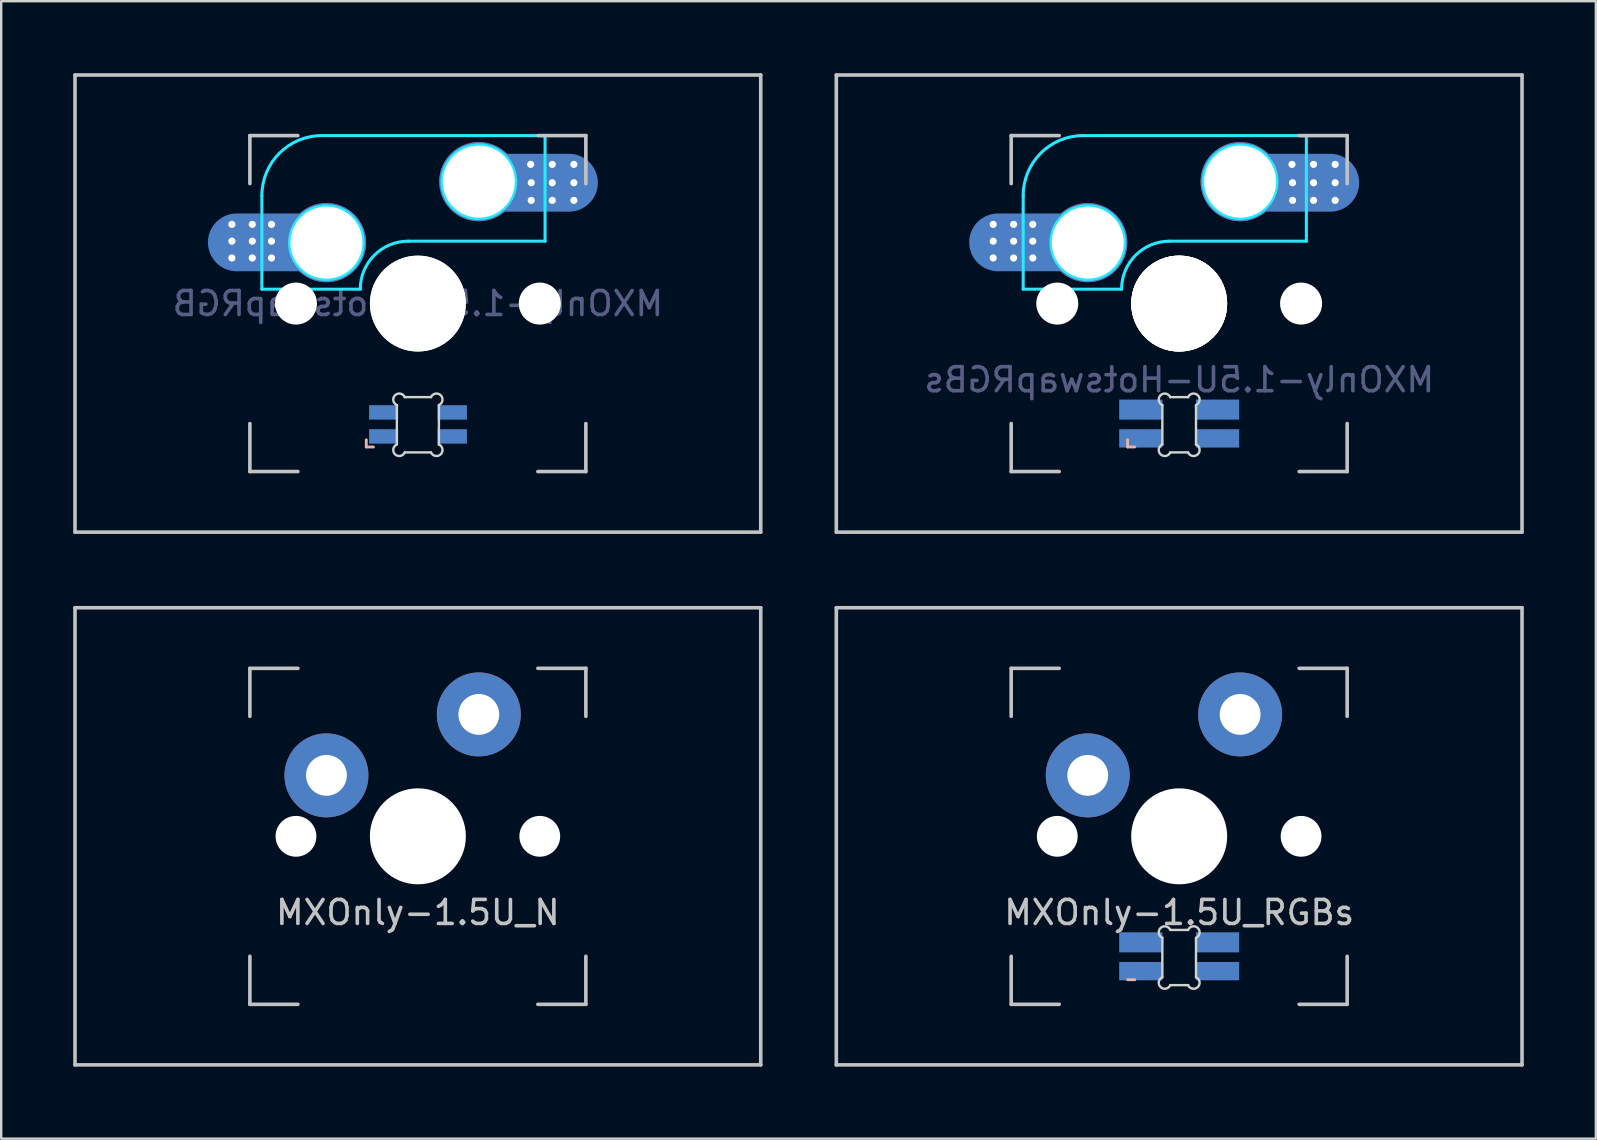
<source format=kicad_pcb>
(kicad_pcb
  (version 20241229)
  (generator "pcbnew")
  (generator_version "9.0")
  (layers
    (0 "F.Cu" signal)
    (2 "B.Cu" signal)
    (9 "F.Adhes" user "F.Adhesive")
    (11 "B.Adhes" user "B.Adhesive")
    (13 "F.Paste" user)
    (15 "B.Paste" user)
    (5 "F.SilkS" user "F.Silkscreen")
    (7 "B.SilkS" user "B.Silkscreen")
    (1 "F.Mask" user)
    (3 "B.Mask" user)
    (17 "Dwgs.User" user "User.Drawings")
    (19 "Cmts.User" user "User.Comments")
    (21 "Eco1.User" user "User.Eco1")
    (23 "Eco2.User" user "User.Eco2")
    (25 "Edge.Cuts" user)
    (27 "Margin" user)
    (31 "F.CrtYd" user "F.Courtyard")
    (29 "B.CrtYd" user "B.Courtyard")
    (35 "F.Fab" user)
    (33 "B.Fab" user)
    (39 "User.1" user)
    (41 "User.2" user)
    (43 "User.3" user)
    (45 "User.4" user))
  (footprint "MXOnly-1.5U_N"
    (layer "F.Cu")
    (at 14.363 31.8)
    (property "Reference" "MXOnly-1.5U_N" (at 0 3.175 0) (layer "Dwgs.User") (effects (font (size 1 1) (thickness 0.15))))
    (attr through_hole)
    (fp_line (start -14.287 -9.525) (end 14.287 -9.525) (stroke (width 0.15) (type solid)) (layer "Dwgs.User"))
    (fp_line (start -14.287 9.525) (end -14.287 -9.525) (stroke (width 0.15) (type solid)) (layer "Dwgs.User"))
    (fp_line (start -14.287 9.525) (end 14.287 9.525) (stroke (width 0.15) (type solid)) (layer "Dwgs.User"))
    (fp_line (start -7 -7) (end -7 -5) (stroke (width 0.15) (type solid)) (layer "Dwgs.User"))
    (fp_line (start -7 5) (end -7 7) (stroke (width 0.15) (type solid)) (layer "Dwgs.User"))
    (fp_line (start -7 7) (end -5 7) (stroke (width 0.15) (type solid)) (layer "Dwgs.User"))
    (fp_line (start -5 -7) (end -7 -7) (stroke (width 0.15) (type solid)) (layer "Dwgs.User"))
    (fp_line (start 5 -7) (end 7 -7) (stroke (width 0.15) (type solid)) (layer "Dwgs.User"))
    (fp_line (start 5 7) (end 7 7) (stroke (width 0.15) (type solid)) (layer "Dwgs.User"))
    (fp_line (start 7 -7) (end 7 -5) (stroke (width 0.15) (type solid)) (layer "Dwgs.User"))
    (fp_line (start 7 7) (end 7 5) (stroke (width 0.15) (type solid)) (layer "Dwgs.User"))
    (fp_line (start 14.287 -9.525) (end 14.287 9.525) (stroke (width 0.15) (type solid)) (layer "Dwgs.User"))
    (pad "" np_thru_hole circle (at -5.08 0 48.099) (size 1.7 1.7) (drill 1.7) (layers "*.Cu" "*.Mask"))
    (pad "" smd circle (at -3.81 -2.55) (size 2.5 2.5) (layers "B.Mask"))
    (pad "" np_thru_hole circle (at 0 0) (size 4 4) (drill 4) (layers "*.Cu" "*.Mask"))
    (pad "" smd circle (at 2.54 -5.08) (size 2.5 2.5) (layers "B.Mask"))
    (pad "" np_thru_hole circle (at 5.08 0 48.099) (size 1.7 1.7) (drill 1.7) (layers "*.Cu" "*.Mask"))
    (pad "1" thru_hole circle (at -3.81 -2.54) (size 3.5 3.5) (drill 1.7) (layers "*.Cu"))
    (pad "2" thru_hole circle (at 2.54 -5.08) (size 3.5 3.5) (drill 1.7) (layers "*.Cu")))
  (footprint "MXOnly-1.5U-HotswapRGB"
    (layer "F.Cu")
    (at 14.363 9.6)
    (property "Reference" "MXOnly-1.5U-HotswapRGB" (at 0 0 0) (layer "B.Fab") (effects (font (size 1 1) (thickness 0.15)) (justify mirror)))
    (attr smd)
    (fp_line (start -2.15 5.675) (end -2.15 5.975) (stroke (width 0.12) (type solid)) (layer "B.SilkS"))
    (fp_line (start -2.15 5.975) (end -1.85 5.975) (stroke (width 0.12) (type solid)) (layer "B.SilkS"))
    (fp_line (start -14.287 -9.525) (end 14.287 -9.525) (stroke (width 0.15) (type solid)) (layer "Dwgs.User"))
    (fp_line (start -14.287 9.525) (end -14.287 -9.525) (stroke (width 0.15) (type solid)) (layer "Dwgs.User"))
    (fp_line (start -7 -7) (end -7 -5) (stroke (width 0.15) (type solid)) (layer "Dwgs.User"))
    (fp_line (start -7 5) (end -7 7) (stroke (width 0.15) (type solid)) (layer "Dwgs.User"))
    (fp_line (start -7 7) (end -5 7) (stroke (width 0.15) (type solid)) (layer "Dwgs.User"))
    (fp_line (start -5 -7) (end -7 -7) (stroke (width 0.15) (type solid)) (layer "Dwgs.User"))
    (fp_line (start 5 -7) (end 7 -7) (stroke (width 0.15) (type solid)) (layer "Dwgs.User"))
    (fp_line (start 5 7) (end 7 7) (stroke (width 0.15) (type solid)) (layer "Dwgs.User"))
    (fp_line (start 7 -5) (end 7 -7) (stroke (width 0.15) (type solid)) (layer "Dwgs.User"))
    (fp_line (start 7 7) (end 7 5) (stroke (width 0.15) (type solid)) (layer "Dwgs.User"))
    (fp_line (start 14.287 -9.525) (end 14.287 9.525) (stroke (width 0.15) (type solid)) (layer "Dwgs.User"))
    (fp_line (start 14.287 9.525) (end -14.287 9.525) (stroke (width 0.15) (type solid)) (layer "Dwgs.User"))
    (fp_line (start -0.876 5.873) (end -0.876 4.229) (stroke (width 0.1) (type solid)) (layer "Edge.Cuts"))
    (fp_line (start -0.547 3.9) (end 0.547 3.9) (stroke (width 0.1) (type solid)) (layer "Edge.Cuts"))
    (fp_line (start 0.547 6.202) (end -0.547 6.202) (stroke (width 0.1) (type solid)) (layer "Edge.Cuts"))
    (fp_line (start 0.876 4.229) (end 0.876 5.873) (stroke (width 0.1) (type solid)) (layer "Edge.Cuts"))
    (fp_arc (start -0.876007 4.229129) (mid -0.95279 3.823216) (end -0.546878 3.9) (stroke (width 0.1) (type solid)) (layer "Edge.Cuts"))
    (fp_arc (start -0.546878 6.202013) (mid -0.952749 6.278753) (end -0.876007 5.872884) (stroke (width 0.1) (type solid)) (layer "Edge.Cuts"))
    (fp_arc (start 0.546877 3.9) (mid 0.9528 3.823208) (end 0.876006 4.229129) (stroke (width 0.1) (type solid)) (layer "Edge.Cuts"))
    (fp_arc (start 0.876006 5.872884) (mid 0.952757 6.278766) (end 0.546877 6.202013) (stroke (width 0.1) (type solid)) (layer "Edge.Cuts"))
    (fp_line (start -6.5 -4.5) (end -6.5 -0.6) (stroke (width 0.127) (type solid)) (layer "B.CrtYd"))
    (fp_line (start -6.5 -0.6) (end -2.4 -0.6) (stroke (width 0.127) (type solid)) (layer "B.CrtYd"))
    (fp_line (start -0.4 -2.6) (end 5.3 -2.6) (stroke (width 0.127) (type solid)) (layer "B.CrtYd"))
    (fp_line (start 5.3 -7) (end -4 -7) (stroke (width 0.127) (type solid)) (layer "B.CrtYd"))
    (fp_line (start 5.3 -7) (end 5.3 -2.6) (stroke (width 0.127) (type solid)) (layer "B.CrtYd"))
    (fp_arc (start -6.5 -4.5) (mid -5.767767 -6.267767) (end -4 -7) (stroke (width 0.127) (type solid)) (layer "B.CrtYd"))
    (fp_arc (start -2.4 -0.6) (mid -1.814214 -2.014214) (end -0.4 -2.6) (stroke (width 0.127) (type solid)) (layer "B.CrtYd"))
    (fp_circle (center -3.81 -2.54) (end -2.286 -2.54) (stroke (width 0.15) (type solid)) (fill no) (layer "B.CrtYd"))
    (fp_circle (center 2.54 -5.08) (end 2.54 -6.604) (stroke (width 0.15) (type solid)) (fill no) (layer "B.CrtYd"))
    (pad "" np_thru_hole circle (at -5.08 0 48.1) (size 1.75 1.75) (drill 1.75) (layers "*.Cu" "*.Mask"))
    (pad "" np_thru_hole circle (at 0 0) (size 3.988 3.988) (drill 3.988) (layers "*.Cu" "*.Mask"))
    (pad "" np_thru_hole circle (at 0 0) (size 4 4) (drill 4) (layers "*.Cu" "*.Mask"))
    (pad "" np_thru_hole circle (at 5.08 0 48.1) (size 1.75 1.75) (drill 1.75) (layers "*.Cu" "*.Mask"))
    (pad "1" thru_hole circle (at 2.54 -5.08) (size 3.3 3.3) (drill 3) (layers "*.Cu" "B.Mask"))
    (pad "1" thru_hole circle (at 4.7 -5.8) (size 0.4 0.4) (drill 0.3) (layers "*.Cu" "B.Mask"))
    (pad "1" thru_hole circle (at 4.725 -5.035) (size 0.4 0.4) (drill 0.3) (layers "*.Cu" "B.Mask"))
    (pad "1" thru_hole circle (at 4.725 -4.3) (size 0.4 0.4) (drill 0.3) (layers "*.Cu" "B.Mask"))
    (pad "1" smd oval (at 4.75 -5.035) (size 5.5 2.41) (layers "B.Cu" "B.Mask" "B.Paste"))
    (pad "1" thru_hole circle (at 5.6 -5.8) (size 0.4 0.4) (drill 0.3) (layers "*.Cu" "B.Mask"))
    (pad "1" thru_hole circle (at 5.6 -5.035) (size 0.4 0.4) (drill 0.3) (layers "*.Cu" "B.Mask"))
    (pad "1" thru_hole circle (at 5.6 -4.3) (size 0.4 0.4) (drill 0.3) (layers "*.Cu" "B.Mask"))
    (pad "1" thru_hole circle (at 6.5 -5.8) (size 0.4 0.4) (drill 0.3) (layers "*.Cu" "B.Mask"))
    (pad "1" thru_hole circle (at 6.5 -5.035) (size 0.4 0.4) (drill 0.3) (layers "*.Cu" "B.Mask"))
    (pad "1" thru_hole circle (at 6.5 -4.3) (size 0.4 0.4) (drill 0.3) (layers "*.Cu" "B.Mask"))
    (pad "2" thru_hole circle (at -7.75 -3.3) (size 0.4 0.4) (drill 0.3) (layers "*.Cu" "B.Mask"))
    (pad "2" thru_hole circle (at -7.75 -2.6) (size 0.4 0.4) (drill 0.3) (layers "*.Cu" "B.Mask"))
    (pad "2" thru_hole circle (at -7.75 -1.9) (size 0.4 0.4) (drill 0.3) (layers "*.Cu" "B.Mask"))
    (pad "2" thru_hole circle (at -6.9 -3.3) (size 0.4 0.4) (drill 0.3) (layers "*.Cu" "B.Mask"))
    (pad "2" thru_hole circle (at -6.9 -2.6) (size 0.4 0.4) (drill 0.3) (layers "*.Cu" "B.Mask"))
    (pad "2" thru_hole circle (at -6.9 -1.9) (size 0.4 0.4) (drill 0.3) (layers "*.Cu" "B.Mask"))
    (pad "2" thru_hole circle (at -6.1 -3.3) (size 0.4 0.4) (drill 0.3) (layers "*.Cu" "B.Mask"))
    (pad "2" thru_hole circle (at -6.1 -2.6) (size 0.4 0.4) (drill 0.3) (layers "*.Cu" "B.Mask"))
    (pad "2" thru_hole circle (at -6.1 -1.9) (size 0.4 0.4) (drill 0.3) (layers "*.Cu" "B.Mask"))
    (pad "2" smd oval (at -6 -2.55) (size 5.5 2.41) (layers "B.Cu" "B.Mask" "B.Paste"))
    (pad "2" thru_hole circle (at -3.81 -2.54) (size 3.3 3.3) (drill 3) (layers "*.Cu" "B.Mask"))
    (pad "3" smd rect (at -1.429 5.536) (size 1.209 0.6) (layers "B.Cu" "B.Mask" "B.Paste"))
    (pad "4" smd rect (at -1.429 4.536) (size 1.209 0.6) (layers "B.Cu" "B.Mask" "B.Paste"))
    (pad "5" smd rect (at 1.435 5.536) (size 1.219 0.6) (layers "B.Cu" "B.Mask" "B.Paste"))
    (pad "6" smd rect (at 1.435 4.536) (size 1.219 0.6) (layers "B.Cu" "B.Mask" "B.Paste")))
  (footprint "MXOnly-1.5U-HotswapRGBs"
    (layer "F.Cu")
    (at 46.087 9.6)
    (property "Reference" "MXOnly-1.5U-HotswapRGBs" (at 0 3.175 0) (layer "B.Fab") (effects (font (size 1 1) (thickness 0.15)) (justify mirror)))
    (attr smd)
    (fp_line (start -2.15 5.675) (end -2.15 5.975) (stroke (width 0.12) (type solid)) (layer "B.SilkS"))
    (fp_line (start -2.15 5.975) (end -1.85 5.975) (stroke (width 0.12) (type solid)) (layer "B.SilkS"))
    (fp_line (start -14.287 -9.525) (end 14.287 -9.525) (stroke (width 0.15) (type solid)) (layer "Dwgs.User"))
    (fp_line (start -14.287 9.525) (end -14.287 -9.525) (stroke (width 0.15) (type solid)) (layer "Dwgs.User"))
    (fp_line (start -7 -7) (end -7 -5) (stroke (width 0.15) (type solid)) (layer "Dwgs.User"))
    (fp_line (start -7 5) (end -7 7) (stroke (width 0.15) (type solid)) (layer "Dwgs.User"))
    (fp_line (start -7 7) (end -5 7) (stroke (width 0.15) (type solid)) (layer "Dwgs.User"))
    (fp_line (start -5 -7) (end -7 -7) (stroke (width 0.15) (type solid)) (layer "Dwgs.User"))
    (fp_line (start 5 -7) (end 7 -7) (stroke (width 0.15) (type solid)) (layer "Dwgs.User"))
    (fp_line (start 5 7) (end 7 7) (stroke (width 0.15) (type solid)) (layer "Dwgs.User"))
    (fp_line (start 7 -5) (end 7 -7) (stroke (width 0.15) (type solid)) (layer "Dwgs.User"))
    (fp_line (start 7 7) (end 7 5) (stroke (width 0.15) (type solid)) (layer "Dwgs.User"))
    (fp_line (start 14.287 -9.525) (end 14.287 9.525) (stroke (width 0.15) (type solid)) (layer "Dwgs.User"))
    (fp_line (start 14.287 9.525) (end -14.287 9.525) (stroke (width 0.15) (type solid)) (layer "Dwgs.User"))
    (fp_line (start -0.701 5.873) (end -0.701 4.229) (stroke (width 0.1) (type solid)) (layer "Edge.Cuts"))
    (fp_line (start -0.372 3.9) (end 0.372 3.9) (stroke (width 0.1) (type solid)) (layer "Edge.Cuts"))
    (fp_line (start 0.372 6.202) (end -0.372 6.202) (stroke (width 0.1) (type solid)) (layer "Edge.Cuts"))
    (fp_line (start 0.701 4.229) (end 0.701 5.873) (stroke (width 0.1) (type solid)) (layer "Edge.Cuts"))
    (fp_arc (start -0.701007 4.229129) (mid -0.777791 3.823216) (end -0.371878 3.9) (stroke (width 0.1) (type solid)) (layer "Edge.Cuts"))
    (fp_arc (start -0.371878 6.202013) (mid -0.777748 6.278754) (end -0.701007 5.872884) (stroke (width 0.1) (type solid)) (layer "Edge.Cuts"))
    (fp_arc (start 0.371877 3.9) (mid 0.777804 3.823208) (end 0.701006 4.229129) (stroke (width 0.1) (type solid)) (layer "Edge.Cuts"))
    (fp_arc (start 0.701006 5.872884) (mid 0.777758 6.278765) (end 0.371877 6.202013) (stroke (width 0.1) (type solid)) (layer "Edge.Cuts"))
    (fp_line (start -6.5 -4.5) (end -6.5 -0.6) (stroke (width 0.127) (type solid)) (layer "B.CrtYd"))
    (fp_line (start -6.5 -0.6) (end -2.4 -0.6) (stroke (width 0.127) (type solid)) (layer "B.CrtYd"))
    (fp_line (start -0.4 -2.6) (end 5.3 -2.6) (stroke (width 0.127) (type solid)) (layer "B.CrtYd"))
    (fp_line (start 5.3 -7) (end -4 -7) (stroke (width 0.127) (type solid)) (layer "B.CrtYd"))
    (fp_line (start 5.3 -7) (end 5.3 -2.6) (stroke (width 0.127) (type solid)) (layer "B.CrtYd"))
    (fp_arc (start -6.5 -4.5) (mid -5.767767 -6.267767) (end -4 -7) (stroke (width 0.127) (type solid)) (layer "B.CrtYd"))
    (fp_arc (start -2.4 -0.6) (mid -1.814214 -2.014214) (end -0.4 -2.6) (stroke (width 0.127) (type solid)) (layer "B.CrtYd"))
    (fp_circle (center -3.81 -2.54) (end -2.286 -2.54) (stroke (width 0.15) (type solid)) (fill no) (layer "B.CrtYd"))
    (fp_circle (center 2.54 -5.08) (end 2.54 -6.604) (stroke (width 0.15) (type solid)) (fill no) (layer "B.CrtYd"))
    (pad "" np_thru_hole circle (at -5.08 0 48.1) (size 1.75 1.75) (drill 1.75) (layers "*.Cu" "*.Mask"))
    (pad "" np_thru_hole circle (at 0 0) (size 3.988 3.988) (drill 3.988) (layers "*.Cu" "*.Mask"))
    (pad "" np_thru_hole circle (at 0 0) (size 3.988 3.988) (drill 3.988) (layers "*.Cu" "*.Mask"))
    (pad "" np_thru_hole circle (at 0 0) (size 4 4) (drill 4) (layers "*.Cu" "*.Mask"))
    (pad "" np_thru_hole circle (at 0 0) (size 4 4) (drill 4) (layers "*.Cu" "*.Mask"))
    (pad "" np_thru_hole circle (at 5.08 0 48.1) (size 1.75 1.75) (drill 1.75) (layers "*.Cu" "*.Mask"))
    (pad "1" thru_hole circle (at 2.54 -5.08) (size 3.3 3.3) (drill 3) (layers "*.Cu" "B.Mask"))
    (pad "1" thru_hole circle (at 4.7 -5.8) (size 0.4 0.4) (drill 0.3) (layers "*.Cu" "B.Mask"))
    (pad "1" thru_hole circle (at 4.725 -5.035) (size 0.4 0.4) (drill 0.3) (layers "*.Cu" "B.Mask"))
    (pad "1" thru_hole circle (at 4.725 -4.3) (size 0.4 0.4) (drill 0.3) (layers "*.Cu" "B.Mask"))
    (pad "1" smd oval (at 4.75 -5.035) (size 5.5 2.41) (layers "B.Cu" "B.Mask" "B.Paste"))
    (pad "1" thru_hole circle (at 5.6 -5.8) (size 0.4 0.4) (drill 0.3) (layers "*.Cu" "B.Mask"))
    (pad "1" thru_hole circle (at 5.6 -5.035) (size 0.4 0.4) (drill 0.3) (layers "*.Cu" "B.Mask"))
    (pad "1" thru_hole circle (at 5.6 -4.3) (size 0.4 0.4) (drill 0.3) (layers "*.Cu" "B.Mask"))
    (pad "1" thru_hole circle (at 6.5 -5.8) (size 0.4 0.4) (drill 0.3) (layers "*.Cu" "B.Mask"))
    (pad "1" thru_hole circle (at 6.5 -5.035) (size 0.4 0.4) (drill 0.3) (layers "*.Cu" "B.Mask"))
    (pad "1" thru_hole circle (at 6.5 -4.3) (size 0.4 0.4) (drill 0.3) (layers "*.Cu" "B.Mask"))
    (pad "2" thru_hole circle (at -7.75 -3.3) (size 0.4 0.4) (drill 0.3) (layers "*.Cu" "B.Mask"))
    (pad "2" thru_hole circle (at -7.75 -2.6) (size 0.4 0.4) (drill 0.3) (layers "*.Cu" "B.Mask"))
    (pad "2" thru_hole circle (at -7.75 -1.9) (size 0.4 0.4) (drill 0.3) (layers "*.Cu" "B.Mask"))
    (pad "2" thru_hole circle (at -6.9 -3.3) (size 0.4 0.4) (drill 0.3) (layers "*.Cu" "B.Mask"))
    (pad "2" thru_hole circle (at -6.9 -2.6) (size 0.4 0.4) (drill 0.3) (layers "*.Cu" "B.Mask"))
    (pad "2" thru_hole circle (at -6.9 -1.9) (size 0.4 0.4) (drill 0.3) (layers "*.Cu" "B.Mask"))
    (pad "2" thru_hole circle (at -6.1 -3.3) (size 0.4 0.4) (drill 0.3) (layers "*.Cu" "B.Mask"))
    (pad "2" thru_hole circle (at -6.1 -2.6) (size 0.4 0.4) (drill 0.3) (layers "*.Cu" "B.Mask"))
    (pad "2" thru_hole circle (at -6.1 -1.9) (size 0.4 0.4) (drill 0.3) (layers "*.Cu" "B.Mask"))
    (pad "2" smd oval (at -6 -2.55) (size 5.5 2.41) (layers "B.Cu" "B.Mask" "B.Paste"))
    (pad "2" thru_hole circle (at -3.81 -2.54) (size 3.3 3.3) (drill 3) (layers "*.Cu" "B.Mask"))
    (pad "3" smd rect (at 1.6 4.418) (size 1.8 0.836) (layers "B.Cu" "B.Mask" "B.Paste"))
    (pad "4" smd rect (at -1.6 4.418) (size 1.8 0.836) (layers "B.Cu" "B.Mask" "B.Paste"))
    (pad "5" smd rect (at 1.6 5.618) (size 1.8 0.764) (layers "B.Cu" "B.Mask" "B.Paste"))
    (pad "6" smd rect (at -1.6 5.618) (size 1.8 0.764) (layers "B.Cu" "B.Mask" "B.Paste")))
  (footprint "MXOnly-1.5U_RGBs"
    (layer "F.Cu")
    (at 46.087 31.8)
    (property "Reference" "MXOnly-1.5U_RGBs" (at 0 3.175 0) (layer "Dwgs.User") (effects (font (size 1 1) (thickness 0.15))))
    (attr through_hole)
    (fp_line (start -2.15 5.975) (end -1.85 5.975) (stroke (width 0.12) (type solid)) (layer "B.SilkS"))
    (fp_line (start -14.287 -9.525) (end 14.287 -9.525) (stroke (width 0.15) (type solid)) (layer "Dwgs.User"))
    (fp_line (start -14.287 9.525) (end -14.287 -9.525) (stroke (width 0.15) (type solid)) (layer "Dwgs.User"))
    (fp_line (start -14.287 9.525) (end 14.287 9.525) (stroke (width 0.15) (type solid)) (layer "Dwgs.User"))
    (fp_line (start -7 -7) (end -7 -5) (stroke (width 0.15) (type solid)) (layer "Dwgs.User"))
    (fp_line (start -7 5) (end -7 7) (stroke (width 0.15) (type solid)) (layer "Dwgs.User"))
    (fp_line (start -7 7) (end -5 7) (stroke (width 0.15) (type solid)) (layer "Dwgs.User"))
    (fp_line (start -5 -7) (end -7 -7) (stroke (width 0.15) (type solid)) (layer "Dwgs.User"))
    (fp_line (start 5 -7) (end 7 -7) (stroke (width 0.15) (type solid)) (layer "Dwgs.User"))
    (fp_line (start 5 7) (end 7 7) (stroke (width 0.15) (type solid)) (layer "Dwgs.User"))
    (fp_line (start 7 -7) (end 7 -5) (stroke (width 0.15) (type solid)) (layer "Dwgs.User"))
    (fp_line (start 7 7) (end 7 5) (stroke (width 0.15) (type solid)) (layer "Dwgs.User"))
    (fp_line (start 14.287 -9.525) (end 14.287 9.525) (stroke (width 0.15) (type solid)) (layer "Dwgs.User"))
    (fp_line (start -0.701 5.873) (end -0.701 4.229) (stroke (width 0.1) (type solid)) (layer "Edge.Cuts"))
    (fp_line (start -0.372 3.9) (end 0.372 3.9) (stroke (width 0.1) (type solid)) (layer "Edge.Cuts"))
    (fp_line (start 0.372 6.202) (end -0.372 6.202) (stroke (width 0.1) (type solid)) (layer "Edge.Cuts"))
    (fp_line (start 0.701 4.229) (end 0.701 5.873) (stroke (width 0.1) (type solid)) (layer "Edge.Cuts"))
    (fp_arc (start -0.701007 4.229129) (mid -0.777791 3.823216) (end -0.371878 3.9) (stroke (width 0.1) (type solid)) (layer "Edge.Cuts"))
    (fp_arc (start -0.371878 6.202013) (mid -0.777748 6.278754) (end -0.701007 5.872884) (stroke (width 0.1) (type solid)) (layer "Edge.Cuts"))
    (fp_arc (start 0.371877 3.9) (mid 0.777804 3.823208) (end 0.701006 4.229129) (stroke (width 0.1) (type solid)) (layer "Edge.Cuts"))
    (fp_arc (start 0.701006 5.872884) (mid 0.777758 6.278765) (end 0.371877 6.202013) (stroke (width 0.1) (type solid)) (layer "Edge.Cuts"))
    (pad "" np_thru_hole circle (at -5.08 0 48.099) (size 1.7 1.7) (drill 1.7) (layers "*.Cu" "*.Mask"))
    (pad "" smd circle (at -3.81 -2.55) (size 2.5 2.5) (layers "B.Mask"))
    (pad "" np_thru_hole circle (at 0 0) (size 4 4) (drill 4) (layers "*.Cu" "*.Mask"))
    (pad "" smd circle (at 2.54 -5.08) (size 2.5 2.5) (layers "B.Mask"))
    (pad "" np_thru_hole circle (at 5.08 0 48.099) (size 1.7 1.7) (drill 1.7) (layers "*.Cu" "*.Mask"))
    (pad "1" thru_hole circle (at -3.81 -2.54) (size 3.5 3.5) (drill 1.7) (layers "*.Cu"))
    (pad "2" thru_hole circle (at 2.54 -5.08) (size 3.5 3.5) (drill 1.7) (layers "*.Cu"))
    (pad "3" smd rect (at 1.6 4.418) (size 1.8 0.836) (layers "B.Cu" "B.Mask" "B.Paste"))
    (pad "4" smd rect (at -1.6 4.418) (size 1.8 0.836) (layers "B.Cu" "B.Mask" "B.Paste"))
    (pad "5" smd rect (at 1.6 5.618) (size 1.8 0.764) (layers "B.Cu" "B.Mask" "B.Paste"))
    (pad "6" smd rect (at -1.6 5.618) (size 1.8 0.764) (layers "B.Cu" "B.Mask" "B.Paste")))
  (gr_rect
    (start -3 -3)
    (end 63.45 44.4)
    (stroke (width 0.1) (type default))
    (fill no)
    (layer "Edge.Cuts")))
</source>
